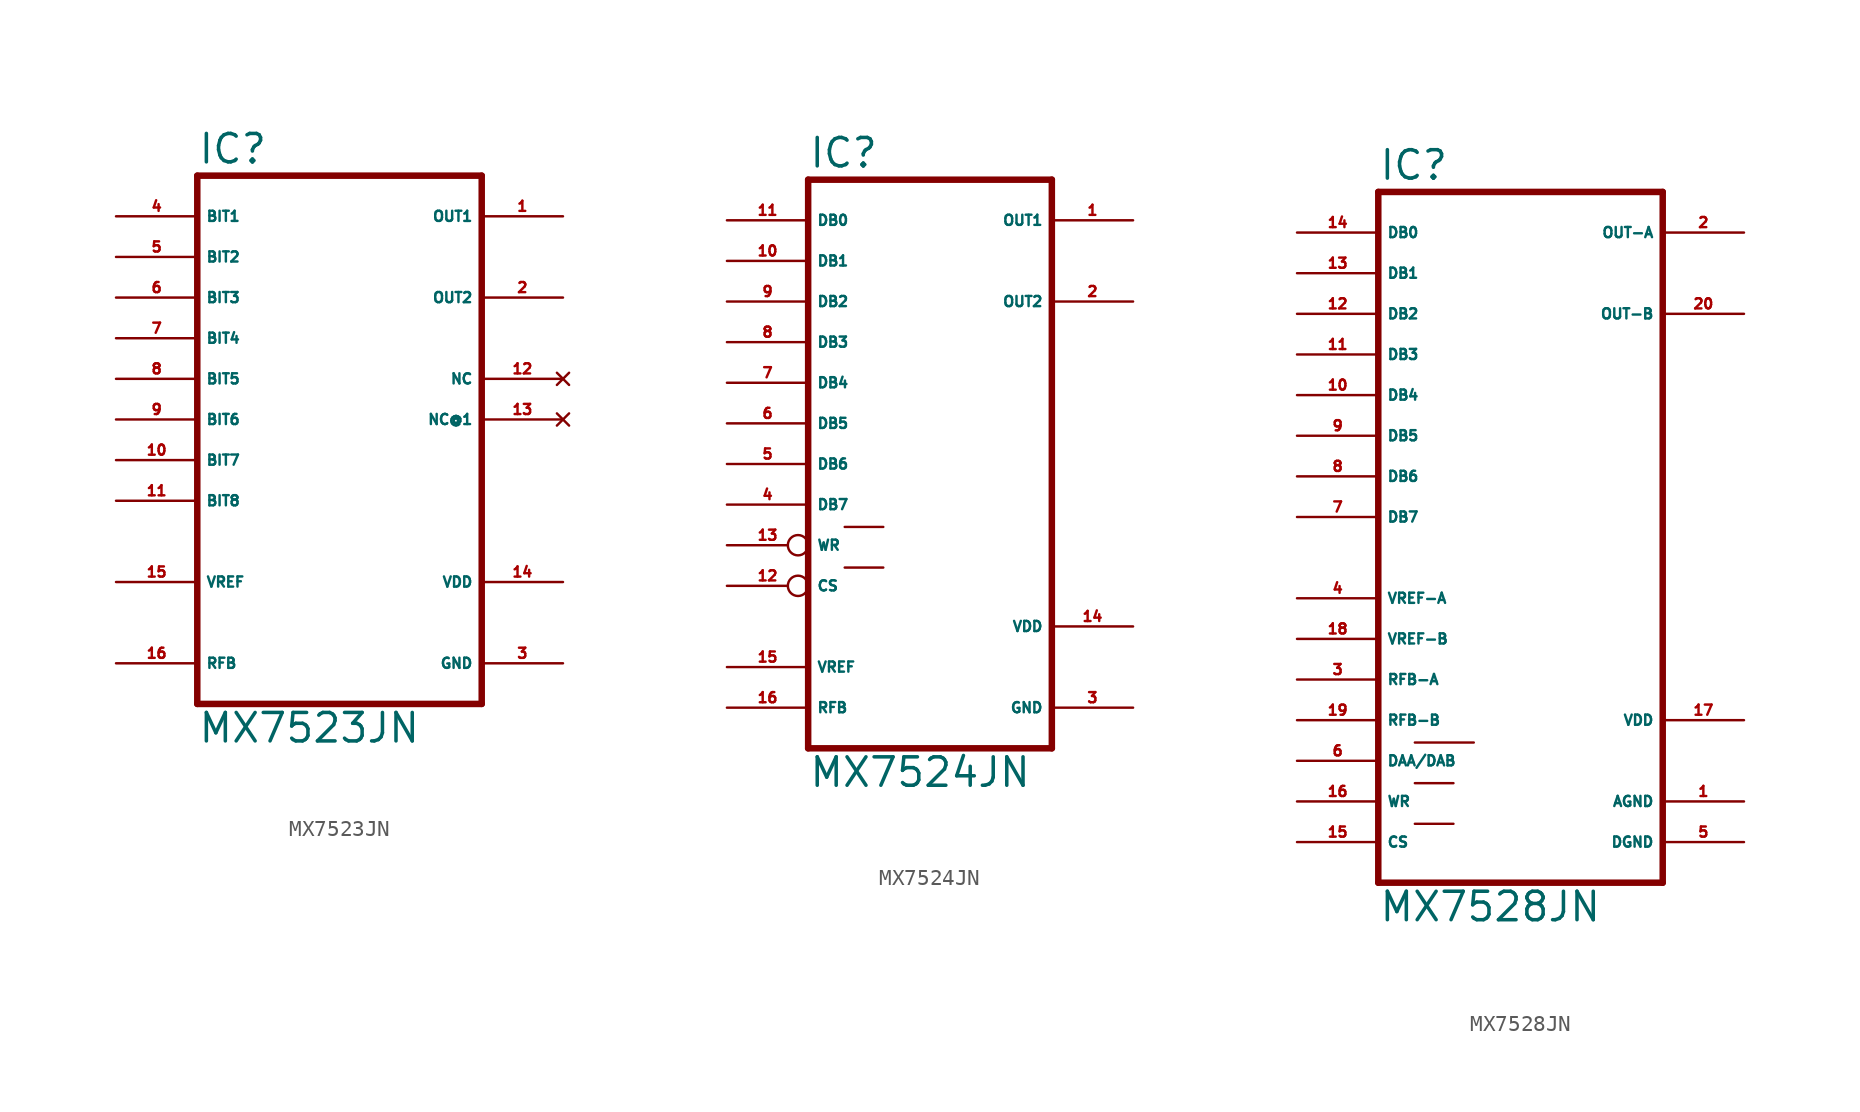
<source format=kicad_sym>
(kicad_symbol_lib
  (version 20220914)
  (generator Eagle2Kicad)
  (symbol "MX7523JN"
    (property "Reference" "IC"
      (at -10.16 18.415 0)
      (effects (font (size 1.778 1.778) (thickness 0.22)) (justify left bottom)))
    (property "Value" "MX7523JN"
      (at -10.16 -17.78 0)
      (effects (font (size 1.778 1.778) (thickness 0.22)) (justify left bottom)))
    (polyline
      (pts (xy -10.16 17.78) (xy 7.62 17.78))
      (stroke (width 0.406) (type default))
      (fill (type none)))
    (polyline
      (pts (xy 7.62 -15.24) (xy 7.62 17.78))
      (stroke (width 0.406) (type default))
      (fill (type none)))
    (polyline
      (pts (xy 7.62 -15.24) (xy -10.16 -15.24))
      (stroke (width 0.406) (type default))
      (fill (type none)))
    (polyline
      (pts (xy -10.16 17.78) (xy -10.16 -15.24))
      (stroke (width 0.406) (type default))
      (fill (type none)))
    (pin input line
      (at -15.24 15.24 0)
      (length 5.08)
      (name "BIT1" (effects (font (size 0.635 0.635) (thickness 0.08)) (justify left bottom)))
      (number "4" (effects (font (size 0.635 0.635) (thickness 0.08)) (justify left bottom))))
    (pin input line
      (at -15.24 12.7 0)
      (length 5.08)
      (name "BIT2" (effects (font (size 0.635 0.635) (thickness 0.08)) (justify left bottom)))
      (number "5" (effects (font (size 0.635 0.635) (thickness 0.08)) (justify left bottom))))
    (pin input line
      (at -15.24 10.16 0)
      (length 5.08)
      (name "BIT3" (effects (font (size 0.635 0.635) (thickness 0.08)) (justify left bottom)))
      (number "6" (effects (font (size 0.635 0.635) (thickness 0.08)) (justify left bottom))))
    (pin input line
      (at -15.24 7.62 0)
      (length 5.08)
      (name "BIT4" (effects (font (size 0.635 0.635) (thickness 0.08)) (justify left bottom)))
      (number "7" (effects (font (size 0.635 0.635) (thickness 0.08)) (justify left bottom))))
    (pin input line
      (at -15.24 5.08 0)
      (length 5.08)
      (name "BIT5" (effects (font (size 0.635 0.635) (thickness 0.08)) (justify left bottom)))
      (number "8" (effects (font (size 0.635 0.635) (thickness 0.08)) (justify left bottom))))
    (pin input line
      (at -15.24 2.54 0)
      (length 5.08)
      (name "BIT6" (effects (font (size 0.635 0.635) (thickness 0.08)) (justify left bottom)))
      (number "9" (effects (font (size 0.635 0.635) (thickness 0.08)) (justify left bottom))))
    (pin input line
      (at -15.24 0 0)
      (length 5.08)
      (name "BIT7" (effects (font (size 0.635 0.635) (thickness 0.08)) (justify left bottom)))
      (number "10" (effects (font (size 0.635 0.635) (thickness 0.08)) (justify left bottom))))
    (pin input line
      (at -15.24 -2.54 0)
      (length 5.08)
      (name "BIT8" (effects (font (size 0.635 0.635) (thickness 0.08)) (justify left bottom)))
      (number "11" (effects (font (size 0.635 0.635) (thickness 0.08)) (justify left bottom))))
    (pin no_connect line
      (at 12.7 2.54 180)
      (length 5.08)
      (name "NC@1" (effects (font (size 0.635 0.635) (thickness 0.08)) (justify left bottom) hide))
      (number "13" (effects (font (size 0.635 0.635) (thickness 0.08)) (justify left bottom) hide)))
    (pin no_connect line
      (at 12.7 5.08 180)
      (length 5.08)
      (name "NC" (effects (font (size 0.635 0.635) (thickness 0.08)) (justify left bottom) hide))
      (number "12" (effects (font (size 0.635 0.635) (thickness 0.08)) (justify left bottom) hide)))
    (pin unspecified line
      (at 12.7 -12.7 180)
      (length 5.08)
      (name "GND" (effects (font (size 0.635 0.635) (thickness 0.08)) (justify left bottom)))
      (number "3" (effects (font (size 0.635 0.635) (thickness 0.08)) (justify left bottom))))
    (pin unspecified line
      (at 12.7 -7.62 180)
      (length 5.08)
      (name "VDD" (effects (font (size 0.635 0.635) (thickness 0.08)) (justify left bottom)))
      (number "14" (effects (font (size 0.635 0.635) (thickness 0.08)) (justify left bottom))))
    (pin input line
      (at -15.24 -7.62 0)
      (length 5.08)
      (name "VREF" (effects (font (size 0.635 0.635) (thickness 0.08)) (justify left bottom)))
      (number "15" (effects (font (size 0.635 0.635) (thickness 0.08)) (justify left bottom))))
    (pin input line
      (at -15.24 -12.7 0)
      (length 5.08)
      (name "RFB" (effects (font (size 0.635 0.635) (thickness 0.08)) (justify left bottom)))
      (number "16" (effects (font (size 0.635 0.635) (thickness 0.08)) (justify left bottom))))
    (pin output line
      (at 12.7 15.24 180)
      (length 5.08)
      (name "OUT1" (effects (font (size 0.635 0.635) (thickness 0.08)) (justify left bottom)))
      (number "1" (effects (font (size 0.635 0.635) (thickness 0.08)) (justify left bottom))))
    (pin output line
      (at 12.7 10.16 180)
      (length 5.08)
      (name "OUT2" (effects (font (size 0.635 0.635) (thickness 0.08)) (justify left bottom)))
      (number "2" (effects (font (size 0.635 0.635) (thickness 0.08)) (justify left bottom)))))
  (symbol "MX7524JN"
    (property "Reference" "IC"
      (at -7.62 18.415 0)
      (effects (font (size 1.778 1.778) (thickness 0.22)) (justify left bottom)))
    (property "Value" "MX7524JN"
      (at -7.62 -20.32 0)
      (effects (font (size 1.778 1.778) (thickness 0.22)) (justify left bottom)))
    (polyline
      (pts (xy -7.62 17.78) (xy 7.62 17.78))
      (stroke (width 0.406) (type default))
      (fill (type none)))
    (polyline
      (pts (xy 7.62 -17.78) (xy 7.62 17.78))
      (stroke (width 0.406) (type default))
      (fill (type none)))
    (polyline
      (pts (xy 7.62 -17.78) (xy -7.62 -17.78))
      (stroke (width 0.406) (type default))
      (fill (type none)))
    (polyline
      (pts (xy -7.62 17.78) (xy -7.62 -17.78))
      (stroke (width 0.406) (type default))
      (fill (type none)))
    (polyline
      (pts (xy -5.334 -3.937) (xy -2.921 -3.937))
      (stroke (width 0.152) (type default))
      (fill (type none)))
    (polyline
      (pts (xy -5.334 -6.477) (xy -2.921 -6.477))
      (stroke (width 0.152) (type default))
      (fill (type none)))
    (pin input line
      (at -12.7 15.24 0)
      (length 5.08)
      (name "DB0" (effects (font (size 0.635 0.635) (thickness 0.08)) (justify left bottom)))
      (number "11" (effects (font (size 0.635 0.635) (thickness 0.08)) (justify left bottom))))
    (pin input line
      (at -12.7 12.7 0)
      (length 5.08)
      (name "DB1" (effects (font (size 0.635 0.635) (thickness 0.08)) (justify left bottom)))
      (number "10" (effects (font (size 0.635 0.635) (thickness 0.08)) (justify left bottom))))
    (pin input line
      (at -12.7 10.16 0)
      (length 5.08)
      (name "DB2" (effects (font (size 0.635 0.635) (thickness 0.08)) (justify left bottom)))
      (number "9" (effects (font (size 0.635 0.635) (thickness 0.08)) (justify left bottom))))
    (pin input line
      (at -12.7 7.62 0)
      (length 5.08)
      (name "DB3" (effects (font (size 0.635 0.635) (thickness 0.08)) (justify left bottom)))
      (number "8" (effects (font (size 0.635 0.635) (thickness 0.08)) (justify left bottom))))
    (pin input line
      (at -12.7 5.08 0)
      (length 5.08)
      (name "DB4" (effects (font (size 0.635 0.635) (thickness 0.08)) (justify left bottom)))
      (number "7" (effects (font (size 0.635 0.635) (thickness 0.08)) (justify left bottom))))
    (pin input line
      (at -12.7 2.54 0)
      (length 5.08)
      (name "DB5" (effects (font (size 0.635 0.635) (thickness 0.08)) (justify left bottom)))
      (number "6" (effects (font (size 0.635 0.635) (thickness 0.08)) (justify left bottom))))
    (pin input line
      (at -12.7 0 0)
      (length 5.08)
      (name "DB6" (effects (font (size 0.635 0.635) (thickness 0.08)) (justify left bottom)))
      (number "5" (effects (font (size 0.635 0.635) (thickness 0.08)) (justify left bottom))))
    (pin input line
      (at -12.7 -2.54 0)
      (length 5.08)
      (name "DB7" (effects (font (size 0.635 0.635) (thickness 0.08)) (justify left bottom)))
      (number "4" (effects (font (size 0.635 0.635) (thickness 0.08)) (justify left bottom))))
    (pin input inverted
      (at -12.7 -5.08 0)
      (length 5.08)
      (name "WR" (effects (font (size 0.635 0.635) (thickness 0.08)) (justify left bottom)))
      (number "13" (effects (font (size 0.635 0.635) (thickness 0.08)) (justify left bottom))))
    (pin input inverted
      (at -12.7 -7.62 0)
      (length 5.08)
      (name "CS" (effects (font (size 0.635 0.635) (thickness 0.08)) (justify left bottom)))
      (number "12" (effects (font (size 0.635 0.635) (thickness 0.08)) (justify left bottom))))
    (pin unspecified line
      (at 12.7 -15.24 180)
      (length 5.08)
      (name "GND" (effects (font (size 0.635 0.635) (thickness 0.08)) (justify left bottom)))
      (number "3" (effects (font (size 0.635 0.635) (thickness 0.08)) (justify left bottom))))
    (pin unspecified line
      (at 12.7 -10.16 180)
      (length 5.08)
      (name "VDD" (effects (font (size 0.635 0.635) (thickness 0.08)) (justify left bottom)))
      (number "14" (effects (font (size 0.635 0.635) (thickness 0.08)) (justify left bottom))))
    (pin input line
      (at -12.7 -12.7 0)
      (length 5.08)
      (name "VREF" (effects (font (size 0.635 0.635) (thickness 0.08)) (justify left bottom)))
      (number "15" (effects (font (size 0.635 0.635) (thickness 0.08)) (justify left bottom))))
    (pin input line
      (at -12.7 -15.24 0)
      (length 5.08)
      (name "RFB" (effects (font (size 0.635 0.635) (thickness 0.08)) (justify left bottom)))
      (number "16" (effects (font (size 0.635 0.635) (thickness 0.08)) (justify left bottom))))
    (pin output line
      (at 12.7 15.24 180)
      (length 5.08)
      (name "OUT1" (effects (font (size 0.635 0.635) (thickness 0.08)) (justify left bottom)))
      (number "1" (effects (font (size 0.635 0.635) (thickness 0.08)) (justify left bottom))))
    (pin output line
      (at 12.7 10.16 180)
      (length 5.08)
      (name "OUT2" (effects (font (size 0.635 0.635) (thickness 0.08)) (justify left bottom)))
      (number "2" (effects (font (size 0.635 0.635) (thickness 0.08)) (justify left bottom)))))
  (symbol "MX7528JN"
    (property "Reference" "IC"
      (at -10.16 23.495 0)
      (effects (font (size 1.778 1.778) (thickness 0.22)) (justify left bottom)))
    (property "Value" "MX7528JN"
      (at -10.16 -22.86 0)
      (effects (font (size 1.778 1.778) (thickness 0.22)) (justify left bottom)))
    (polyline
      (pts (xy -10.16 -20.32) (xy 7.62 -20.32))
      (stroke (width 0.406) (type default))
      (fill (type none)))
    (polyline
      (pts (xy 7.62 22.86) (xy 7.62 -20.32))
      (stroke (width 0.406) (type default))
      (fill (type none)))
    (polyline
      (pts (xy 7.62 22.86) (xy -10.16 22.86))
      (stroke (width 0.406) (type default))
      (fill (type none)))
    (polyline
      (pts (xy -10.16 -20.32) (xy -10.16 22.86))
      (stroke (width 0.406) (type default))
      (fill (type none)))
    (polyline
      (pts (xy -7.874 -11.557) (xy -4.191 -11.557))
      (stroke (width 0.152) (type default))
      (fill (type none)))
    (polyline
      (pts (xy -7.874 -14.097) (xy -5.461 -14.097))
      (stroke (width 0.152) (type default))
      (fill (type none)))
    (polyline
      (pts (xy -7.874 -16.637) (xy -5.461 -16.637))
      (stroke (width 0.152) (type default))
      (fill (type none)))
    (pin input line
      (at -15.24 20.32 0)
      (length 5.08)
      (name "DB0" (effects (font (size 0.635 0.635) (thickness 0.08)) (justify left bottom)))
      (number "14" (effects (font (size 0.635 0.635) (thickness 0.08)) (justify left bottom))))
    (pin input line
      (at -15.24 17.78 0)
      (length 5.08)
      (name "DB1" (effects (font (size 0.635 0.635) (thickness 0.08)) (justify left bottom)))
      (number "13" (effects (font (size 0.635 0.635) (thickness 0.08)) (justify left bottom))))
    (pin input line
      (at -15.24 15.24 0)
      (length 5.08)
      (name "DB2" (effects (font (size 0.635 0.635) (thickness 0.08)) (justify left bottom)))
      (number "12" (effects (font (size 0.635 0.635) (thickness 0.08)) (justify left bottom))))
    (pin input line
      (at -15.24 12.7 0)
      (length 5.08)
      (name "DB3" (effects (font (size 0.635 0.635) (thickness 0.08)) (justify left bottom)))
      (number "11" (effects (font (size 0.635 0.635) (thickness 0.08)) (justify left bottom))))
    (pin input line
      (at -15.24 10.16 0)
      (length 5.08)
      (name "DB4" (effects (font (size 0.635 0.635) (thickness 0.08)) (justify left bottom)))
      (number "10" (effects (font (size 0.635 0.635) (thickness 0.08)) (justify left bottom))))
    (pin input line
      (at -15.24 7.62 0)
      (length 5.08)
      (name "DB5" (effects (font (size 0.635 0.635) (thickness 0.08)) (justify left bottom)))
      (number "9" (effects (font (size 0.635 0.635) (thickness 0.08)) (justify left bottom))))
    (pin input line
      (at -15.24 5.08 0)
      (length 5.08)
      (name "DB6" (effects (font (size 0.635 0.635) (thickness 0.08)) (justify left bottom)))
      (number "8" (effects (font (size 0.635 0.635) (thickness 0.08)) (justify left bottom))))
    (pin input line
      (at -15.24 2.54 0)
      (length 5.08)
      (name "DB7" (effects (font (size 0.635 0.635) (thickness 0.08)) (justify left bottom)))
      (number "7" (effects (font (size 0.635 0.635) (thickness 0.08)) (justify left bottom))))
    (pin input line
      (at -15.24 -2.54 0)
      (length 5.08)
      (name "VREF-A" (effects (font (size 0.635 0.635) (thickness 0.08)) (justify left bottom)))
      (number "4" (effects (font (size 0.635 0.635) (thickness 0.08)) (justify left bottom))))
    (pin input line
      (at -15.24 -5.08 0)
      (length 5.08)
      (name "VREF-B" (effects (font (size 0.635 0.635) (thickness 0.08)) (justify left bottom)))
      (number "18" (effects (font (size 0.635 0.635) (thickness 0.08)) (justify left bottom))))
    (pin input line
      (at -15.24 -7.62 0)
      (length 5.08)
      (name "RFB-A" (effects (font (size 0.635 0.635) (thickness 0.08)) (justify left bottom)))
      (number "3" (effects (font (size 0.635 0.635) (thickness 0.08)) (justify left bottom))))
    (pin input line
      (at -15.24 -10.16 0)
      (length 5.08)
      (name "RFB-B" (effects (font (size 0.635 0.635) (thickness 0.08)) (justify left bottom)))
      (number "19" (effects (font (size 0.635 0.635) (thickness 0.08)) (justify left bottom))))
    (pin input line
      (at -15.24 -12.7 0)
      (length 5.08)
      (name "DAA/DAB" (effects (font (size 0.635 0.635) (thickness 0.08)) (justify left bottom)))
      (number "6" (effects (font (size 0.635 0.635) (thickness 0.08)) (justify left bottom))))
    (pin input line
      (at -15.24 -15.24 0)
      (length 5.08)
      (name "WR" (effects (font (size 0.635 0.635) (thickness 0.08)) (justify left bottom)))
      (number "16" (effects (font (size 0.635 0.635) (thickness 0.08)) (justify left bottom))))
    (pin input line
      (at -15.24 -17.78 0)
      (length 5.08)
      (name "CS" (effects (font (size 0.635 0.635) (thickness 0.08)) (justify left bottom)))
      (number "15" (effects (font (size 0.635 0.635) (thickness 0.08)) (justify left bottom))))
    (pin output line
      (at 12.7 20.32 180)
      (length 5.08)
      (name "OUT-A" (effects (font (size 0.635 0.635) (thickness 0.08)) (justify left bottom)))
      (number "2" (effects (font (size 0.635 0.635) (thickness 0.08)) (justify left bottom))))
    (pin output line
      (at 12.7 15.24 180)
      (length 5.08)
      (name "OUT-B" (effects (font (size 0.635 0.635) (thickness 0.08)) (justify left bottom)))
      (number "20" (effects (font (size 0.635 0.635) (thickness 0.08)) (justify left bottom))))
    (pin unspecified line
      (at 12.7 -17.78 180)
      (length 5.08)
      (name "DGND" (effects (font (size 0.635 0.635) (thickness 0.08)) (justify left bottom)))
      (number "5" (effects (font (size 0.635 0.635) (thickness 0.08)) (justify left bottom))))
    (pin unspecified line
      (at 12.7 -15.24 180)
      (length 5.08)
      (name "AGND" (effects (font (size 0.635 0.635) (thickness 0.08)) (justify left bottom)))
      (number "1" (effects (font (size 0.635 0.635) (thickness 0.08)) (justify left bottom))))
    (pin unspecified line
      (at 12.7 -10.16 180)
      (length 5.08)
      (name "VDD" (effects (font (size 0.635 0.635) (thickness 0.08)) (justify left bottom)))
      (number "17" (effects (font (size 0.635 0.635) (thickness 0.08)) (justify left bottom))))))
</source>
